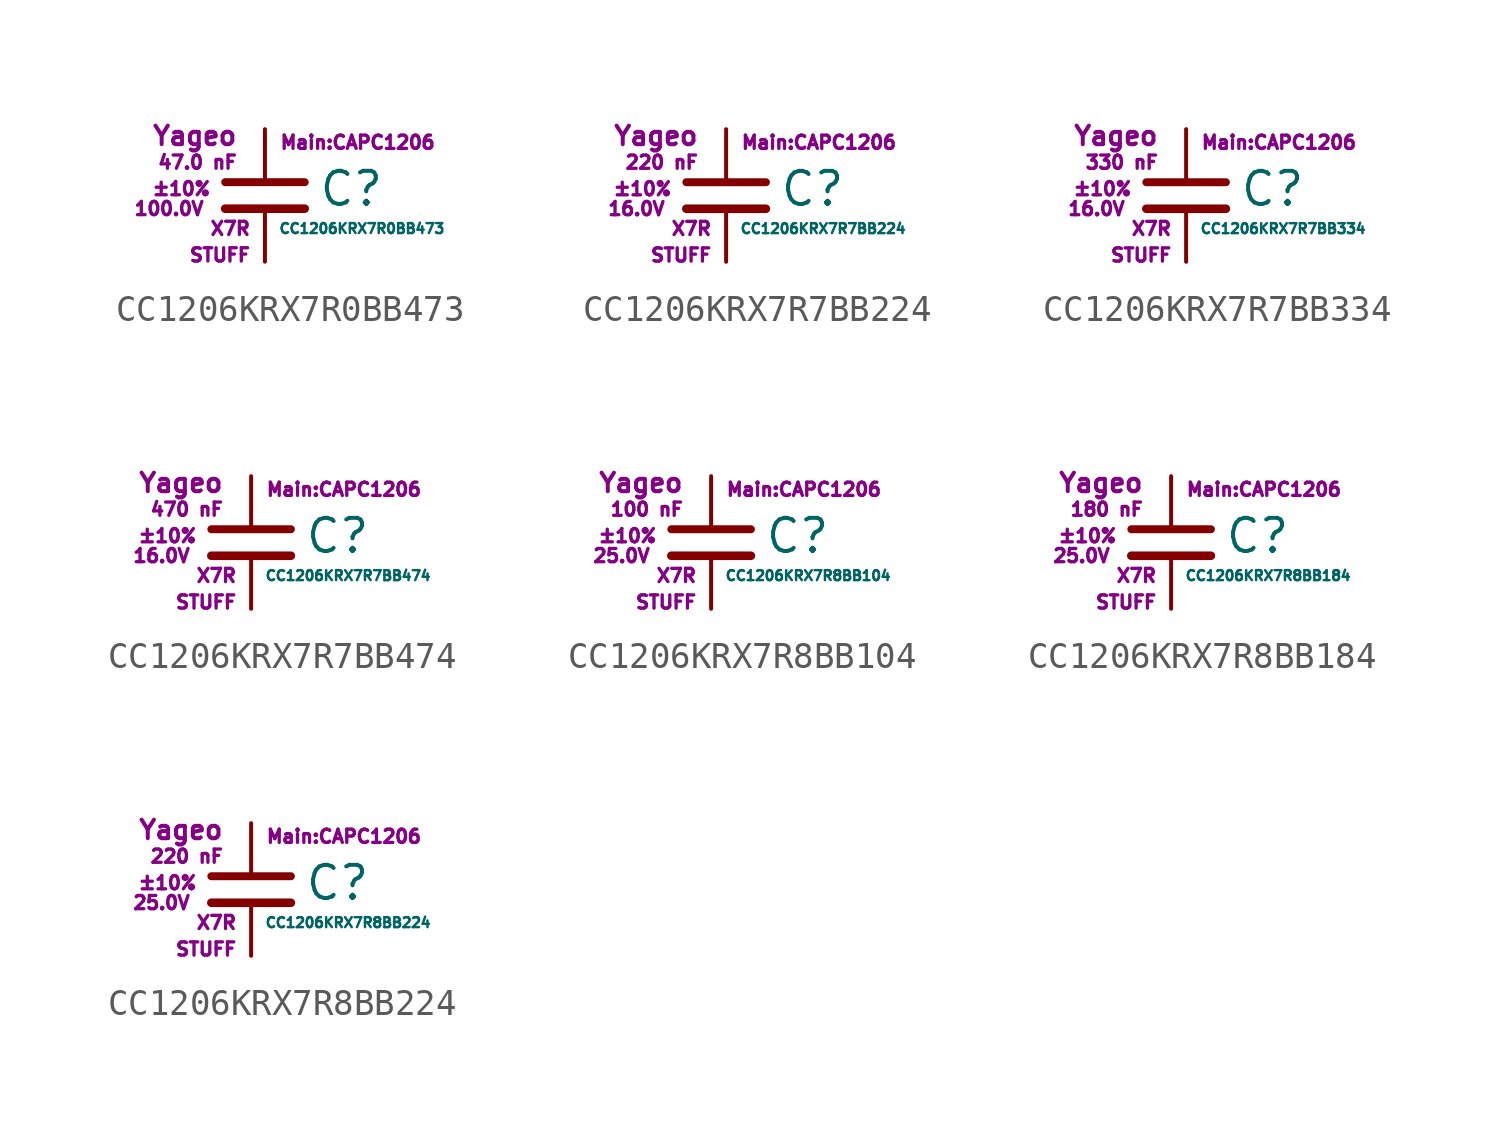
<source format=kicad_sym>
(kicad_symbol_lib
  (version 20211014)
  (generator kicad_symbol_editor)
  (symbol "CC1206KRX7R0BB473"
    (pin_numbers hide)
    (pin_names
      (offset 0.254) hide)
    (property "Reference" "C"
      (at 2.032 0.254 0)
      (effects (font (size 1.27 1.27)) (justify left)))
    (property "Value" "CC1206KRX7R0BB473"
      (at 0.508 -1.27 0)
      (effects (font (size 0.381 0.381)) (justify left)))
    (property "Footprint" "Main:CAPC1206"
      (at 3.556 2.032 0)
      (effects (font (size 0.508 0.508))))
    (property "Datasheet" ""
      (at 0.762 0.508 0)
      (effects (font (size 1.27 1.27))))
    (property "Manufacturer" "Yageo"
      (at -1.016 2.286 0)
      (effects (font (size 0.711 0.711)) (justify right)))
    (property "SKU" "STUFF"
      (at -0.508 -2.286 0)
      (effects (font (size 0.508 0.508)) (justify right)))
    (property "C" "47.0 nF"
      (at -1.016 1.27 0)
      (effects (font (size 0.508 0.508)) (justify right)))
    (property "Tol" "±10%"
      (at -2.032 0.254 0)
      (effects (font (size 0.508 0.508)) (justify right)))
    (property "Vmax" "100.0V"
      (at -2.286 -0.508 0)
      (effects (font (size 0.508 0.508)) (justify right)))
    (property "Type" "X7R"
      (at -0.508 -1.27 0)
      (effects (font (size 0.508 0.508)) (justify right)))
    (symbol "CC1206KRX7R0BB473_0_1"
      (polyline (pts (xy -1.524 -0.508) (xy 1.524 -0.508)) (stroke (width 0.33) (type default) (color 0 0 0 0)) (fill (type none)))
      (polyline (pts (xy -1.524 0.508) (xy 1.524 0.508)) (stroke (width 0.305) (type default) (color 0 0 0 0)) (fill (type none))))
    (symbol "CC1206KRX7R0BB473_1_1"
      (pin passive line (at 0 2.54 270) (length 1.905) (name "~" (effects (font (size 1.016 1.016)))) (number "1" (effects (font (size 1.016 1.016)))))
      (pin passive line (at 0 -2.54 90) (length 2.032) (name "~" (effects (font (size 1.016 1.016)))) (number "2" (effects (font (size 1.016 1.016)))))))
  (symbol "CC1206KRX7R7BB224"
    (pin_numbers hide)
    (pin_names
      (offset 0.254) hide)
    (property "Reference" "C"
      (at 2.032 0.254 0)
      (effects (font (size 1.27 1.27)) (justify left)))
    (property "Value" "CC1206KRX7R7BB224"
      (at 0.508 -1.27 0)
      (effects (font (size 0.381 0.381)) (justify left)))
    (property "Footprint" "Main:CAPC1206"
      (at 3.556 2.032 0)
      (effects (font (size 0.508 0.508))))
    (property "Datasheet" ""
      (at 0.762 0.508 0)
      (effects (font (size 1.27 1.27))))
    (property "Manufacturer" "Yageo"
      (at -1.016 2.286 0)
      (effects (font (size 0.711 0.711)) (justify right)))
    (property "SKU" "STUFF"
      (at -0.508 -2.286 0)
      (effects (font (size 0.508 0.508)) (justify right)))
    (property "C" "220 nF"
      (at -1.016 1.27 0)
      (effects (font (size 0.508 0.508)) (justify right)))
    (property "Tol" "±10%"
      (at -2.032 0.254 0)
      (effects (font (size 0.508 0.508)) (justify right)))
    (property "Vmax" "16.0V"
      (at -2.286 -0.508 0)
      (effects (font (size 0.508 0.508)) (justify right)))
    (property "Type" "X7R"
      (at -0.508 -1.27 0)
      (effects (font (size 0.508 0.508)) (justify right)))
    (symbol "CC1206KRX7R7BB224_0_1"
      (polyline (pts (xy -1.524 -0.508) (xy 1.524 -0.508)) (stroke (width 0.33) (type default) (color 0 0 0 0)) (fill (type none)))
      (polyline (pts (xy -1.524 0.508) (xy 1.524 0.508)) (stroke (width 0.305) (type default) (color 0 0 0 0)) (fill (type none))))
    (symbol "CC1206KRX7R7BB224_1_1"
      (pin passive line (at 0 2.54 270) (length 1.905) (name "~" (effects (font (size 1.016 1.016)))) (number "1" (effects (font (size 1.016 1.016)))))
      (pin passive line (at 0 -2.54 90) (length 2.032) (name "~" (effects (font (size 1.016 1.016)))) (number "2" (effects (font (size 1.016 1.016)))))))
  (symbol "CC1206KRX7R7BB334"
    (pin_numbers hide)
    (pin_names
      (offset 0.254) hide)
    (property "Reference" "C"
      (at 2.032 0.254 0)
      (effects (font (size 1.27 1.27)) (justify left)))
    (property "Value" "CC1206KRX7R7BB334"
      (at 0.508 -1.27 0)
      (effects (font (size 0.381 0.381)) (justify left)))
    (property "Footprint" "Main:CAPC1206"
      (at 3.556 2.032 0)
      (effects (font (size 0.508 0.508))))
    (property "Datasheet" ""
      (at 0.762 0.508 0)
      (effects (font (size 1.27 1.27))))
    (property "Manufacturer" "Yageo"
      (at -1.016 2.286 0)
      (effects (font (size 0.711 0.711)) (justify right)))
    (property "SKU" "STUFF"
      (at -0.508 -2.286 0)
      (effects (font (size 0.508 0.508)) (justify right)))
    (property "C" "330 nF"
      (at -1.016 1.27 0)
      (effects (font (size 0.508 0.508)) (justify right)))
    (property "Tol" "±10%"
      (at -2.032 0.254 0)
      (effects (font (size 0.508 0.508)) (justify right)))
    (property "Vmax" "16.0V"
      (at -2.286 -0.508 0)
      (effects (font (size 0.508 0.508)) (justify right)))
    (property "Type" "X7R"
      (at -0.508 -1.27 0)
      (effects (font (size 0.508 0.508)) (justify right)))
    (symbol "CC1206KRX7R7BB334_0_1"
      (polyline (pts (xy -1.524 -0.508) (xy 1.524 -0.508)) (stroke (width 0.33) (type default) (color 0 0 0 0)) (fill (type none)))
      (polyline (pts (xy -1.524 0.508) (xy 1.524 0.508)) (stroke (width 0.305) (type default) (color 0 0 0 0)) (fill (type none))))
    (symbol "CC1206KRX7R7BB334_1_1"
      (pin passive line (at 0 2.54 270) (length 1.905) (name "~" (effects (font (size 1.016 1.016)))) (number "1" (effects (font (size 1.016 1.016)))))
      (pin passive line (at 0 -2.54 90) (length 2.032) (name "~" (effects (font (size 1.016 1.016)))) (number "2" (effects (font (size 1.016 1.016)))))))
  (symbol "CC1206KRX7R7BB474"
    (pin_numbers hide)
    (pin_names
      (offset 0.254) hide)
    (property "Reference" "C"
      (at 2.032 0.254 0)
      (effects (font (size 1.27 1.27)) (justify left)))
    (property "Value" "CC1206KRX7R7BB474"
      (at 0.508 -1.27 0)
      (effects (font (size 0.381 0.381)) (justify left)))
    (property "Footprint" "Main:CAPC1206"
      (at 3.556 2.032 0)
      (effects (font (size 0.508 0.508))))
    (property "Datasheet" ""
      (at 0.762 0.508 0)
      (effects (font (size 1.27 1.27))))
    (property "Manufacturer" "Yageo"
      (at -1.016 2.286 0)
      (effects (font (size 0.711 0.711)) (justify right)))
    (property "SKU" "STUFF"
      (at -0.508 -2.286 0)
      (effects (font (size 0.508 0.508)) (justify right)))
    (property "C" "470 nF"
      (at -1.016 1.27 0)
      (effects (font (size 0.508 0.508)) (justify right)))
    (property "Tol" "±10%"
      (at -2.032 0.254 0)
      (effects (font (size 0.508 0.508)) (justify right)))
    (property "Vmax" "16.0V"
      (at -2.286 -0.508 0)
      (effects (font (size 0.508 0.508)) (justify right)))
    (property "Type" "X7R"
      (at -0.508 -1.27 0)
      (effects (font (size 0.508 0.508)) (justify right)))
    (symbol "CC1206KRX7R7BB474_0_1"
      (polyline (pts (xy -1.524 -0.508) (xy 1.524 -0.508)) (stroke (width 0.33) (type default) (color 0 0 0 0)) (fill (type none)))
      (polyline (pts (xy -1.524 0.508) (xy 1.524 0.508)) (stroke (width 0.305) (type default) (color 0 0 0 0)) (fill (type none))))
    (symbol "CC1206KRX7R7BB474_1_1"
      (pin passive line (at 0 2.54 270) (length 1.905) (name "~" (effects (font (size 1.016 1.016)))) (number "1" (effects (font (size 1.016 1.016)))))
      (pin passive line (at 0 -2.54 90) (length 2.032) (name "~" (effects (font (size 1.016 1.016)))) (number "2" (effects (font (size 1.016 1.016)))))))
  (symbol "CC1206KRX7R8BB104"
    (pin_numbers hide)
    (pin_names
      (offset 0.254) hide)
    (property "Reference" "C"
      (at 2.032 0.254 0)
      (effects (font (size 1.27 1.27)) (justify left)))
    (property "Value" "CC1206KRX7R8BB104"
      (at 0.508 -1.27 0)
      (effects (font (size 0.381 0.381)) (justify left)))
    (property "Footprint" "Main:CAPC1206"
      (at 3.556 2.032 0)
      (effects (font (size 0.508 0.508))))
    (property "Datasheet" ""
      (at 0.762 0.508 0)
      (effects (font (size 1.27 1.27))))
    (property "Manufacturer" "Yageo"
      (at -1.016 2.286 0)
      (effects (font (size 0.711 0.711)) (justify right)))
    (property "SKU" "STUFF"
      (at -0.508 -2.286 0)
      (effects (font (size 0.508 0.508)) (justify right)))
    (property "C" "100 nF"
      (at -1.016 1.27 0)
      (effects (font (size 0.508 0.508)) (justify right)))
    (property "Tol" "±10%"
      (at -2.032 0.254 0)
      (effects (font (size 0.508 0.508)) (justify right)))
    (property "Vmax" "25.0V"
      (at -2.286 -0.508 0)
      (effects (font (size 0.508 0.508)) (justify right)))
    (property "Type" "X7R"
      (at -0.508 -1.27 0)
      (effects (font (size 0.508 0.508)) (justify right)))
    (symbol "CC1206KRX7R8BB104_0_1"
      (polyline (pts (xy -1.524 -0.508) (xy 1.524 -0.508)) (stroke (width 0.33) (type default) (color 0 0 0 0)) (fill (type none)))
      (polyline (pts (xy -1.524 0.508) (xy 1.524 0.508)) (stroke (width 0.305) (type default) (color 0 0 0 0)) (fill (type none))))
    (symbol "CC1206KRX7R8BB104_1_1"
      (pin passive line (at 0 2.54 270) (length 1.905) (name "~" (effects (font (size 1.016 1.016)))) (number "1" (effects (font (size 1.016 1.016)))))
      (pin passive line (at 0 -2.54 90) (length 2.032) (name "~" (effects (font (size 1.016 1.016)))) (number "2" (effects (font (size 1.016 1.016)))))))
  (symbol "CC1206KRX7R8BB184"
    (pin_numbers hide)
    (pin_names
      (offset 0.254) hide)
    (property "Reference" "C"
      (at 2.032 0.254 0)
      (effects (font (size 1.27 1.27)) (justify left)))
    (property "Value" "CC1206KRX7R8BB184"
      (at 0.508 -1.27 0)
      (effects (font (size 0.381 0.381)) (justify left)))
    (property "Footprint" "Main:CAPC1206"
      (at 3.556 2.032 0)
      (effects (font (size 0.508 0.508))))
    (property "Datasheet" ""
      (at 0.762 0.508 0)
      (effects (font (size 1.27 1.27))))
    (property "Manufacturer" "Yageo"
      (at -1.016 2.286 0)
      (effects (font (size 0.711 0.711)) (justify right)))
    (property "SKU" "STUFF"
      (at -0.508 -2.286 0)
      (effects (font (size 0.508 0.508)) (justify right)))
    (property "C" "180 nF"
      (at -1.016 1.27 0)
      (effects (font (size 0.508 0.508)) (justify right)))
    (property "Tol" "±10%"
      (at -2.032 0.254 0)
      (effects (font (size 0.508 0.508)) (justify right)))
    (property "Vmax" "25.0V"
      (at -2.286 -0.508 0)
      (effects (font (size 0.508 0.508)) (justify right)))
    (property "Type" "X7R"
      (at -0.508 -1.27 0)
      (effects (font (size 0.508 0.508)) (justify right)))
    (symbol "CC1206KRX7R8BB184_0_1"
      (polyline (pts (xy -1.524 -0.508) (xy 1.524 -0.508)) (stroke (width 0.33) (type default) (color 0 0 0 0)) (fill (type none)))
      (polyline (pts (xy -1.524 0.508) (xy 1.524 0.508)) (stroke (width 0.305) (type default) (color 0 0 0 0)) (fill (type none))))
    (symbol "CC1206KRX7R8BB184_1_1"
      (pin passive line (at 0 2.54 270) (length 1.905) (name "~" (effects (font (size 1.016 1.016)))) (number "1" (effects (font (size 1.016 1.016)))))
      (pin passive line (at 0 -2.54 90) (length 2.032) (name "~" (effects (font (size 1.016 1.016)))) (number "2" (effects (font (size 1.016 1.016)))))))
  (symbol "CC1206KRX7R8BB224"
    (pin_numbers hide)
    (pin_names
      (offset 0.254) hide)
    (property "Reference" "C"
      (at 2.032 0.254 0)
      (effects (font (size 1.27 1.27)) (justify left)))
    (property "Value" "CC1206KRX7R8BB224"
      (at 0.508 -1.27 0)
      (effects (font (size 0.381 0.381)) (justify left)))
    (property "Footprint" "Main:CAPC1206"
      (at 3.556 2.032 0)
      (effects (font (size 0.508 0.508))))
    (property "Datasheet" ""
      (at 0.762 0.508 0)
      (effects (font (size 1.27 1.27))))
    (property "Manufacturer" "Yageo"
      (at -1.016 2.286 0)
      (effects (font (size 0.711 0.711)) (justify right)))
    (property "SKU" "STUFF"
      (at -0.508 -2.286 0)
      (effects (font (size 0.508 0.508)) (justify right)))
    (property "C" "220 nF"
      (at -1.016 1.27 0)
      (effects (font (size 0.508 0.508)) (justify right)))
    (property "Tol" "±10%"
      (at -2.032 0.254 0)
      (effects (font (size 0.508 0.508)) (justify right)))
    (property "Vmax" "25.0V"
      (at -2.286 -0.508 0)
      (effects (font (size 0.508 0.508)) (justify right)))
    (property "Type" "X7R"
      (at -0.508 -1.27 0)
      (effects (font (size 0.508 0.508)) (justify right)))
    (symbol "CC1206KRX7R8BB224_0_1"
      (polyline (pts (xy -1.524 -0.508) (xy 1.524 -0.508)) (stroke (width 0.33) (type default) (color 0 0 0 0)) (fill (type none)))
      (polyline (pts (xy -1.524 0.508) (xy 1.524 0.508)) (stroke (width 0.305) (type default) (color 0 0 0 0)) (fill (type none))))
    (symbol "CC1206KRX7R8BB224_1_1"
      (pin passive line (at 0 2.54 270) (length 1.905) (name "~" (effects (font (size 1.016 1.016)))) (number "1" (effects (font (size 1.016 1.016)))))
      (pin passive line (at 0 -2.54 90) (length 2.032) (name "~" (effects (font (size 1.016 1.016)))) (number "2" (effects (font (size 1.016 1.016))))))))
</source>
